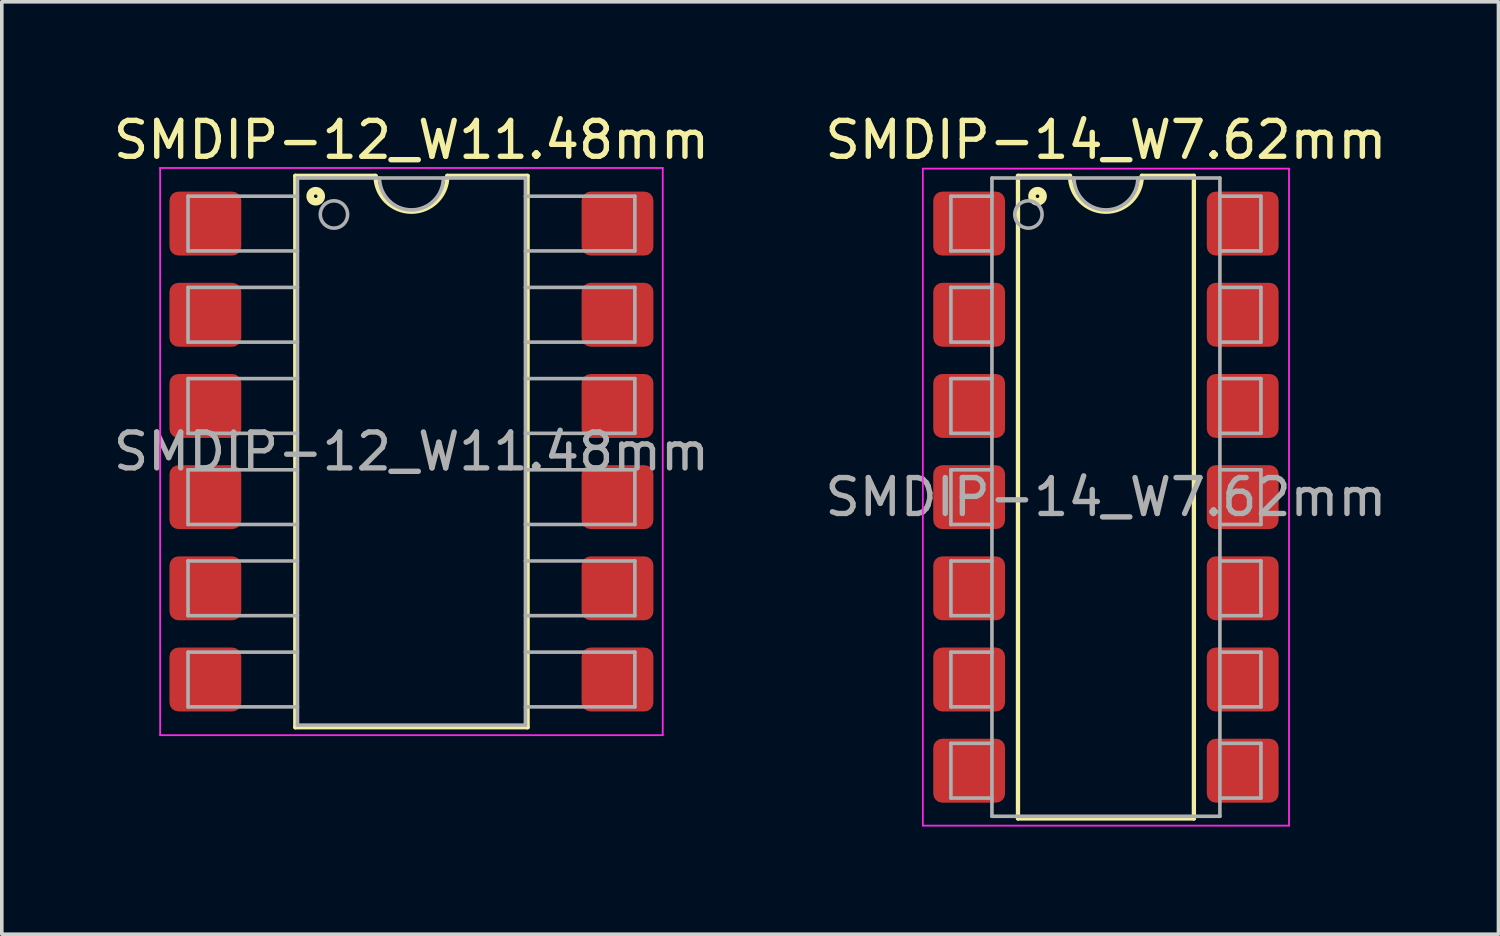
<source format=kicad_pcb>
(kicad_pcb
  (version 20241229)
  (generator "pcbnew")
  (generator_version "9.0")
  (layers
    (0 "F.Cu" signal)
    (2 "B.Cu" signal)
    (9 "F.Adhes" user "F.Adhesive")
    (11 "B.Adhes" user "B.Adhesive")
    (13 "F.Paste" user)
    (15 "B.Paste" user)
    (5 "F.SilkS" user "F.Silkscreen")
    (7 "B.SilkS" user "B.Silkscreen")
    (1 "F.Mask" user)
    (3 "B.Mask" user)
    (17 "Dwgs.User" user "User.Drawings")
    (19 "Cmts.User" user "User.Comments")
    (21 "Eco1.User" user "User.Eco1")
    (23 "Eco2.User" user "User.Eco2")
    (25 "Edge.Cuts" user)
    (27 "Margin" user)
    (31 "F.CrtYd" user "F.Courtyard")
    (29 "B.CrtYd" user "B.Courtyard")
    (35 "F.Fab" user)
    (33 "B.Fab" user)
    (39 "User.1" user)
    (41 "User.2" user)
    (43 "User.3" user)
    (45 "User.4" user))
  (footprint "SMDIP-14_W7.62mm"
    (layer "F.Cu")
    (at 27.756 10.798)
    (property "Reference" "SMDIP-14_W7.62mm" (at 0 -9.95 0) (layer "F.SilkS") (effects (font (size 1 1) (thickness 0.15))))
    (attr smd)
    (fp_line (start -2.45 -8.95) (end -2.45 8.95) (stroke (width 0.12) (type solid)) (layer "F.SilkS"))
    (fp_line (start -2.45 8.95) (end 2.45 8.95) (stroke (width 0.12) (type solid)) (layer "F.SilkS"))
    (fp_line (start -1 -8.95) (end -2.45 -8.95) (stroke (width 0.12) (type solid)) (layer "F.SilkS"))
    (fp_line (start 2.45 -8.95) (end 1 -8.95) (stroke (width 0.12) (type solid)) (layer "F.SilkS"))
    (fp_line (start 2.45 8.95) (end 2.45 -8.95) (stroke (width 0.12) (type solid)) (layer "F.SilkS"))
    (fp_arc (start 1 -8.95) (mid 0 -7.95) (end -1 -8.95) (stroke (width 0.12) (type solid)) (layer "F.SilkS"))
    (fp_circle (center -1.905 -8.382) (end -1.855 -8.382) (stroke (width 0.12) (type solid)) (fill no) (layer "F.SilkS"))
    (fp_circle (center -1.905 -8.382) (end -1.78 -8.382) (stroke (width 0.12) (type solid)) (fill no) (layer "F.SilkS"))
    (fp_circle (center -1.905 -8.382) (end -1.705 -8.382) (stroke (width 0.12) (type solid)) (fill no) (layer "F.SilkS"))
    (fp_line (start -5.1 -9.15) (end -5.1 9.15) (stroke (width 0.05) (type solid)) (layer "F.CrtYd"))
    (fp_line (start -5.1 9.15) (end 5.1 9.15) (stroke (width 0.05) (type solid)) (layer "F.CrtYd"))
    (fp_line (start 5.1 -9.15) (end -5.1 -9.15) (stroke (width 0.05) (type solid)) (layer "F.CrtYd"))
    (fp_line (start 5.1 9.15) (end 5.1 -9.15) (stroke (width 0.05) (type solid)) (layer "F.CrtYd"))
    (fp_line (start -4.318 -8.382) (end -4.318 -6.858) (stroke (width 0.1) (type solid)) (layer "F.Fab"))
    (fp_line (start -4.318 -8.382) (end -3.175 -8.382) (stroke (width 0.1) (type solid)) (layer "F.Fab"))
    (fp_line (start -4.318 -6.858) (end -3.175 -6.858) (stroke (width 0.1) (type solid)) (layer "F.Fab"))
    (fp_line (start -4.318 -5.842) (end -4.318 -4.318) (stroke (width 0.1) (type solid)) (layer "F.Fab"))
    (fp_line (start -4.318 -5.842) (end -3.175 -5.842) (stroke (width 0.1) (type solid)) (layer "F.Fab"))
    (fp_line (start -4.318 -4.318) (end -3.175 -4.318) (stroke (width 0.1) (type solid)) (layer "F.Fab"))
    (fp_line (start -4.318 -3.302) (end -4.318 -1.778) (stroke (width 0.1) (type solid)) (layer "F.Fab"))
    (fp_line (start -4.318 -3.302) (end -3.175 -3.302) (stroke (width 0.1) (type solid)) (layer "F.Fab"))
    (fp_line (start -4.318 -1.778) (end -3.175 -1.778) (stroke (width 0.1) (type solid)) (layer "F.Fab"))
    (fp_line (start -4.318 -0.762) (end -4.318 0.762) (stroke (width 0.1) (type solid)) (layer "F.Fab"))
    (fp_line (start -4.318 -0.762) (end -3.175 -0.762) (stroke (width 0.1) (type solid)) (layer "F.Fab"))
    (fp_line (start -4.318 0.762) (end -3.175 0.762) (stroke (width 0.1) (type solid)) (layer "F.Fab"))
    (fp_line (start -4.318 1.778) (end -4.318 3.302) (stroke (width 0.1) (type solid)) (layer "F.Fab"))
    (fp_line (start -4.318 1.778) (end -3.175 1.778) (stroke (width 0.1) (type solid)) (layer "F.Fab"))
    (fp_line (start -4.318 3.302) (end -3.175 3.302) (stroke (width 0.1) (type solid)) (layer "F.Fab"))
    (fp_line (start -4.318 4.318) (end -4.318 5.842) (stroke (width 0.1) (type solid)) (layer "F.Fab"))
    (fp_line (start -4.318 4.318) (end -3.175 4.318) (stroke (width 0.1) (type solid)) (layer "F.Fab"))
    (fp_line (start -4.318 5.842) (end -3.175 5.842) (stroke (width 0.1) (type solid)) (layer "F.Fab"))
    (fp_line (start -4.318 6.858) (end -4.318 8.382) (stroke (width 0.1) (type solid)) (layer "F.Fab"))
    (fp_line (start -4.318 6.858) (end -3.175 6.858) (stroke (width 0.1) (type solid)) (layer "F.Fab"))
    (fp_line (start -4.318 8.382) (end -3.175 8.382) (stroke (width 0.1) (type solid)) (layer "F.Fab"))
    (fp_line (start -3.175 -8.89) (end 3.175 -8.89) (stroke (width 0.1) (type solid)) (layer "F.Fab"))
    (fp_line (start -3.175 8.89) (end -3.175 -8.89) (stroke (width 0.1) (type solid)) (layer "F.Fab"))
    (fp_line (start 3.175 -8.89) (end 3.175 8.89) (stroke (width 0.1) (type solid)) (layer "F.Fab"))
    (fp_line (start 3.175 8.89) (end -3.175 8.89) (stroke (width 0.1) (type solid)) (layer "F.Fab"))
    (fp_line (start 4.318 -8.382) (end 3.175 -8.382) (stroke (width 0.1) (type solid)) (layer "F.Fab"))
    (fp_line (start 4.318 -6.858) (end 3.175 -6.858) (stroke (width 0.1) (type solid)) (layer "F.Fab"))
    (fp_line (start 4.318 -6.858) (end 4.318 -8.382) (stroke (width 0.1) (type solid)) (layer "F.Fab"))
    (fp_line (start 4.318 -5.842) (end 3.175 -5.842) (stroke (width 0.1) (type solid)) (layer "F.Fab"))
    (fp_line (start 4.318 -4.318) (end 3.175 -4.318) (stroke (width 0.1) (type solid)) (layer "F.Fab"))
    (fp_line (start 4.318 -4.318) (end 4.318 -5.842) (stroke (width 0.1) (type solid)) (layer "F.Fab"))
    (fp_line (start 4.318 -3.302) (end 3.175 -3.302) (stroke (width 0.1) (type solid)) (layer "F.Fab"))
    (fp_line (start 4.318 -1.778) (end 3.175 -1.778) (stroke (width 0.1) (type solid)) (layer "F.Fab"))
    (fp_line (start 4.318 -1.778) (end 4.318 -3.302) (stroke (width 0.1) (type solid)) (layer "F.Fab"))
    (fp_line (start 4.318 -0.762) (end 3.175 -0.762) (stroke (width 0.1) (type solid)) (layer "F.Fab"))
    (fp_line (start 4.318 0.762) (end 3.175 0.762) (stroke (width 0.1) (type solid)) (layer "F.Fab"))
    (fp_line (start 4.318 0.762) (end 4.318 -0.762) (stroke (width 0.1) (type solid)) (layer "F.Fab"))
    (fp_line (start 4.318 1.778) (end 3.175 1.778) (stroke (width 0.1) (type solid)) (layer "F.Fab"))
    (fp_line (start 4.318 3.302) (end 3.175 3.302) (stroke (width 0.1) (type solid)) (layer "F.Fab"))
    (fp_line (start 4.318 3.302) (end 4.318 1.778) (stroke (width 0.1) (type solid)) (layer "F.Fab"))
    (fp_line (start 4.318 4.318) (end 3.175 4.318) (stroke (width 0.1) (type solid)) (layer "F.Fab"))
    (fp_line (start 4.318 5.842) (end 3.175 5.842) (stroke (width 0.1) (type solid)) (layer "F.Fab"))
    (fp_line (start 4.318 5.842) (end 4.318 4.318) (stroke (width 0.1) (type solid)) (layer "F.Fab"))
    (fp_line (start 4.318 6.858) (end 3.175 6.858) (stroke (width 0.1) (type solid)) (layer "F.Fab"))
    (fp_line (start 4.318 8.382) (end 3.175 8.382) (stroke (width 0.1) (type solid)) (layer "F.Fab"))
    (fp_line (start 4.318 8.382) (end 4.318 6.858) (stroke (width 0.1) (type solid)) (layer "F.Fab"))
    (fp_arc (start 0.889 -8.89) (mid 0 -8.001) (end -0.889 -8.89) (stroke (width 0.1) (type solid)) (layer "F.Fab"))
    (fp_circle (center -2.159 -7.874) (end -1.778 -7.874) (stroke (width 0.1) (type solid)) (fill no) (layer "F.Fab"))
    (fp_text user "${REFERENCE}" (at 0 0 0) (layer "F.Fab") (effects (font (size 1 1) (thickness 0.15))))
    (pad "1" smd roundrect (at -3.81 -7.62) (size 2 1.78) (layers "F.Cu" "F.Mask" "F.Paste") (roundrect_rratio 0.14))
    (pad "2" smd roundrect (at -3.81 -5.08) (size 2 1.78) (layers "F.Cu" "F.Mask" "F.Paste") (roundrect_rratio 0.14))
    (pad "3" smd roundrect (at -3.81 -2.54) (size 2 1.78) (layers "F.Cu" "F.Mask" "F.Paste") (roundrect_rratio 0.14))
    (pad "4" smd roundrect (at -3.81 0) (size 2 1.78) (layers "F.Cu" "F.Mask" "F.Paste") (roundrect_rratio 0.14))
    (pad "5" smd roundrect (at -3.81 2.54) (size 2 1.78) (layers "F.Cu" "F.Mask" "F.Paste") (roundrect_rratio 0.14))
    (pad "6" smd roundrect (at -3.81 5.08) (size 2 1.78) (layers "F.Cu" "F.Mask" "F.Paste") (roundrect_rratio 0.14))
    (pad "7" smd roundrect (at -3.81 7.62) (size 2 1.78) (layers "F.Cu" "F.Mask" "F.Paste") (roundrect_rratio 0.14))
    (pad "8" smd roundrect (at 3.81 7.62) (size 2 1.78) (layers "F.Cu" "F.Mask" "F.Paste") (roundrect_rratio 0.14))
    (pad "9" smd roundrect (at 3.81 5.08) (size 2 1.78) (layers "F.Cu" "F.Mask" "F.Paste") (roundrect_rratio 0.14))
    (pad "10" smd roundrect (at 3.81 2.54) (size 2 1.78) (layers "F.Cu" "F.Mask" "F.Paste") (roundrect_rratio 0.14))
    (pad "11" smd roundrect (at 3.81 0) (size 2 1.78) (layers "F.Cu" "F.Mask" "F.Paste") (roundrect_rratio 0.14))
    (pad "12" smd roundrect (at 3.81 -2.54) (size 2 1.78) (layers "F.Cu" "F.Mask" "F.Paste") (roundrect_rratio 0.14))
    (pad "13" smd roundrect (at 3.81 -5.08) (size 2 1.78) (layers "F.Cu" "F.Mask" "F.Paste") (roundrect_rratio 0.14))
    (pad "14" smd roundrect (at 3.81 -7.62) (size 2 1.78) (layers "F.Cu" "F.Mask" "F.Paste") (roundrect_rratio 0.14)))
  (footprint "SMDIP-12_W11.48mm"
    (layer "F.Cu")
    (at 8.411 9.528)
    (property "Reference" "SMDIP-12_W11.48mm" (at 0 -8.68 0) (layer "F.SilkS") (effects (font (size 1 1) (thickness 0.15))))
    (attr smd)
    (fp_line (start -3.235 -7.68) (end -3.235 7.68) (stroke (width 0.12) (type solid)) (layer "F.SilkS"))
    (fp_line (start -3.235 7.68) (end 3.235 7.68) (stroke (width 0.12) (type solid)) (layer "F.SilkS"))
    (fp_line (start -1 -7.68) (end -3.235 -7.68) (stroke (width 0.12) (type solid)) (layer "F.SilkS"))
    (fp_line (start 3.235 -7.68) (end 1 -7.68) (stroke (width 0.12) (type solid)) (layer "F.SilkS"))
    (fp_line (start 3.235 7.68) (end 3.235 -7.68) (stroke (width 0.12) (type solid)) (layer "F.SilkS"))
    (fp_arc (start 1 -7.68) (mid 0 -6.68) (end -1 -7.68) (stroke (width 0.12) (type solid)) (layer "F.SilkS"))
    (fp_circle (center -2.667 -7.112) (end -2.617 -7.112) (stroke (width 0.12) (type solid)) (fill no) (layer "F.SilkS"))
    (fp_circle (center -2.667 -7.112) (end -2.542 -7.112) (stroke (width 0.12) (type solid)) (fill no) (layer "F.SilkS"))
    (fp_circle (center -2.667 -7.112) (end -2.467 -7.112) (stroke (width 0.12) (type solid)) (fill no) (layer "F.SilkS"))
    (fp_line (start -7 -7.9) (end -7 7.9) (stroke (width 0.05) (type solid)) (layer "F.CrtYd"))
    (fp_line (start -7 7.9) (end 7 7.9) (stroke (width 0.05) (type solid)) (layer "F.CrtYd"))
    (fp_line (start 7 -7.9) (end -7 -7.9) (stroke (width 0.05) (type solid)) (layer "F.CrtYd"))
    (fp_line (start 7 7.9) (end 7 -7.9) (stroke (width 0.05) (type solid)) (layer "F.CrtYd"))
    (fp_line (start -6.223 -7.112) (end -6.223 -5.588) (stroke (width 0.1) (type solid)) (layer "F.Fab"))
    (fp_line (start -6.223 -7.112) (end -3.175 -7.112) (stroke (width 0.1) (type solid)) (layer "F.Fab"))
    (fp_line (start -6.223 -5.588) (end -3.175 -5.588) (stroke (width 0.1) (type solid)) (layer "F.Fab"))
    (fp_line (start -6.223 -4.572) (end -6.223 -3.048) (stroke (width 0.1) (type solid)) (layer "F.Fab"))
    (fp_line (start -6.223 -4.572) (end -3.175 -4.572) (stroke (width 0.1) (type solid)) (layer "F.Fab"))
    (fp_line (start -6.223 -3.048) (end -3.175 -3.048) (stroke (width 0.1) (type solid)) (layer "F.Fab"))
    (fp_line (start -6.223 -2.032) (end -6.223 -0.508) (stroke (width 0.1) (type solid)) (layer "F.Fab"))
    (fp_line (start -6.223 -2.032) (end -3.175 -2.032) (stroke (width 0.1) (type solid)) (layer "F.Fab"))
    (fp_line (start -6.223 -0.508) (end -3.175 -0.508) (stroke (width 0.1) (type solid)) (layer "F.Fab"))
    (fp_line (start -6.223 0.508) (end -6.223 2.032) (stroke (width 0.1) (type solid)) (layer "F.Fab"))
    (fp_line (start -6.223 0.508) (end -3.175 0.508) (stroke (width 0.1) (type solid)) (layer "F.Fab"))
    (fp_line (start -6.223 2.032) (end -3.175 2.032) (stroke (width 0.1) (type solid)) (layer "F.Fab"))
    (fp_line (start -6.223 3.048) (end -6.223 4.572) (stroke (width 0.1) (type solid)) (layer "F.Fab"))
    (fp_line (start -6.223 3.048) (end -3.175 3.048) (stroke (width 0.1) (type solid)) (layer "F.Fab"))
    (fp_line (start -6.223 4.572) (end -3.175 4.572) (stroke (width 0.1) (type solid)) (layer "F.Fab"))
    (fp_line (start -6.223 5.588) (end -6.223 7.112) (stroke (width 0.1) (type solid)) (layer "F.Fab"))
    (fp_line (start -6.223 5.588) (end -3.175 5.588) (stroke (width 0.1) (type solid)) (layer "F.Fab"))
    (fp_line (start -6.223 7.112) (end -3.175 7.112) (stroke (width 0.1) (type solid)) (layer "F.Fab"))
    (fp_line (start -3.175 -7.62) (end 3.175 -7.62) (stroke (width 0.1) (type solid)) (layer "F.Fab"))
    (fp_line (start -3.175 7.62) (end -3.175 -7.62) (stroke (width 0.1) (type solid)) (layer "F.Fab"))
    (fp_line (start 3.175 -7.62) (end 3.175 7.62) (stroke (width 0.1) (type solid)) (layer "F.Fab"))
    (fp_line (start 3.175 7.62) (end -3.175 7.62) (stroke (width 0.1) (type solid)) (layer "F.Fab"))
    (fp_line (start 6.223 -7.112) (end 3.175 -7.112) (stroke (width 0.1) (type solid)) (layer "F.Fab"))
    (fp_line (start 6.223 -5.588) (end 3.175 -5.588) (stroke (width 0.1) (type solid)) (layer "F.Fab"))
    (fp_line (start 6.223 -5.588) (end 6.223 -7.112) (stroke (width 0.1) (type solid)) (layer "F.Fab"))
    (fp_line (start 6.223 -4.572) (end 3.175 -4.572) (stroke (width 0.1) (type solid)) (layer "F.Fab"))
    (fp_line (start 6.223 -3.048) (end 3.175 -3.048) (stroke (width 0.1) (type solid)) (layer "F.Fab"))
    (fp_line (start 6.223 -3.048) (end 6.223 -4.572) (stroke (width 0.1) (type solid)) (layer "F.Fab"))
    (fp_line (start 6.223 -2.032) (end 3.175 -2.032) (stroke (width 0.1) (type solid)) (layer "F.Fab"))
    (fp_line (start 6.223 -0.508) (end 3.175 -0.508) (stroke (width 0.1) (type solid)) (layer "F.Fab"))
    (fp_line (start 6.223 -0.508) (end 6.223 -2.032) (stroke (width 0.1) (type solid)) (layer "F.Fab"))
    (fp_line (start 6.223 0.508) (end 3.175 0.508) (stroke (width 0.1) (type solid)) (layer "F.Fab"))
    (fp_line (start 6.223 2.032) (end 3.175 2.032) (stroke (width 0.1) (type solid)) (layer "F.Fab"))
    (fp_line (start 6.223 2.032) (end 6.223 0.508) (stroke (width 0.1) (type solid)) (layer "F.Fab"))
    (fp_line (start 6.223 3.048) (end 3.175 3.048) (stroke (width 0.1) (type solid)) (layer "F.Fab"))
    (fp_line (start 6.223 4.572) (end 3.175 4.572) (stroke (width 0.1) (type solid)) (layer "F.Fab"))
    (fp_line (start 6.223 4.572) (end 6.223 3.048) (stroke (width 0.1) (type solid)) (layer "F.Fab"))
    (fp_line (start 6.223 5.588) (end 3.175 5.588) (stroke (width 0.1) (type solid)) (layer "F.Fab"))
    (fp_line (start 6.223 7.112) (end 3.175 7.112) (stroke (width 0.1) (type solid)) (layer "F.Fab"))
    (fp_line (start 6.223 7.112) (end 6.223 5.588) (stroke (width 0.1) (type solid)) (layer "F.Fab"))
    (fp_arc (start 0.889 -7.62) (mid 0 -6.731) (end -0.889 -7.62) (stroke (width 0.1) (type solid)) (layer "F.Fab"))
    (fp_circle (center -2.159 -6.604) (end -1.778 -6.604) (stroke (width 0.1) (type solid)) (fill no) (layer "F.Fab"))
    (fp_text user "${REFERENCE}" (at 0 0 0) (layer "F.Fab") (effects (font (size 1 1) (thickness 0.15))))
    (pad "1" smd roundrect (at -5.74 -6.35) (size 2 1.78) (layers "F.Cu" "F.Mask" "F.Paste") (roundrect_rratio 0.14))
    (pad "2" smd roundrect (at -5.74 -3.81) (size 2 1.78) (layers "F.Cu" "F.Mask" "F.Paste") (roundrect_rratio 0.14))
    (pad "3" smd roundrect (at -5.74 -1.27) (size 2 1.78) (layers "F.Cu" "F.Mask" "F.Paste") (roundrect_rratio 0.14))
    (pad "4" smd roundrect (at -5.74 1.27) (size 2 1.78) (layers "F.Cu" "F.Mask" "F.Paste") (roundrect_rratio 0.14))
    (pad "5" smd roundrect (at -5.74 3.81) (size 2 1.78) (layers "F.Cu" "F.Mask" "F.Paste") (roundrect_rratio 0.14))
    (pad "6" smd roundrect (at -5.74 6.35) (size 2 1.78) (layers "F.Cu" "F.Mask" "F.Paste") (roundrect_rratio 0.14))
    (pad "7" smd roundrect (at 5.74 6.35) (size 2 1.78) (layers "F.Cu" "F.Mask" "F.Paste") (roundrect_rratio 0.14))
    (pad "8" smd roundrect (at 5.74 3.81) (size 2 1.78) (layers "F.Cu" "F.Mask" "F.Paste") (roundrect_rratio 0.14))
    (pad "9" smd roundrect (at 5.74 1.27) (size 2 1.78) (layers "F.Cu" "F.Mask" "F.Paste") (roundrect_rratio 0.14))
    (pad "10" smd roundrect (at 5.74 -1.27) (size 2 1.78) (layers "F.Cu" "F.Mask" "F.Paste") (roundrect_rratio 0.14))
    (pad "11" smd roundrect (at 5.74 -3.81) (size 2 1.78) (layers "F.Cu" "F.Mask" "F.Paste") (roundrect_rratio 0.14))
    (pad "12" smd roundrect (at 5.74 -6.35) (size 2 1.78) (layers "F.Cu" "F.Mask" "F.Paste") (roundrect_rratio 0.14)))
  (gr_rect
    (start -3 -3)
    (end 38.69 22.973)
    (stroke (width 0.1) (type default))
    (fill no)
    (layer "Edge.Cuts")))
</source>
